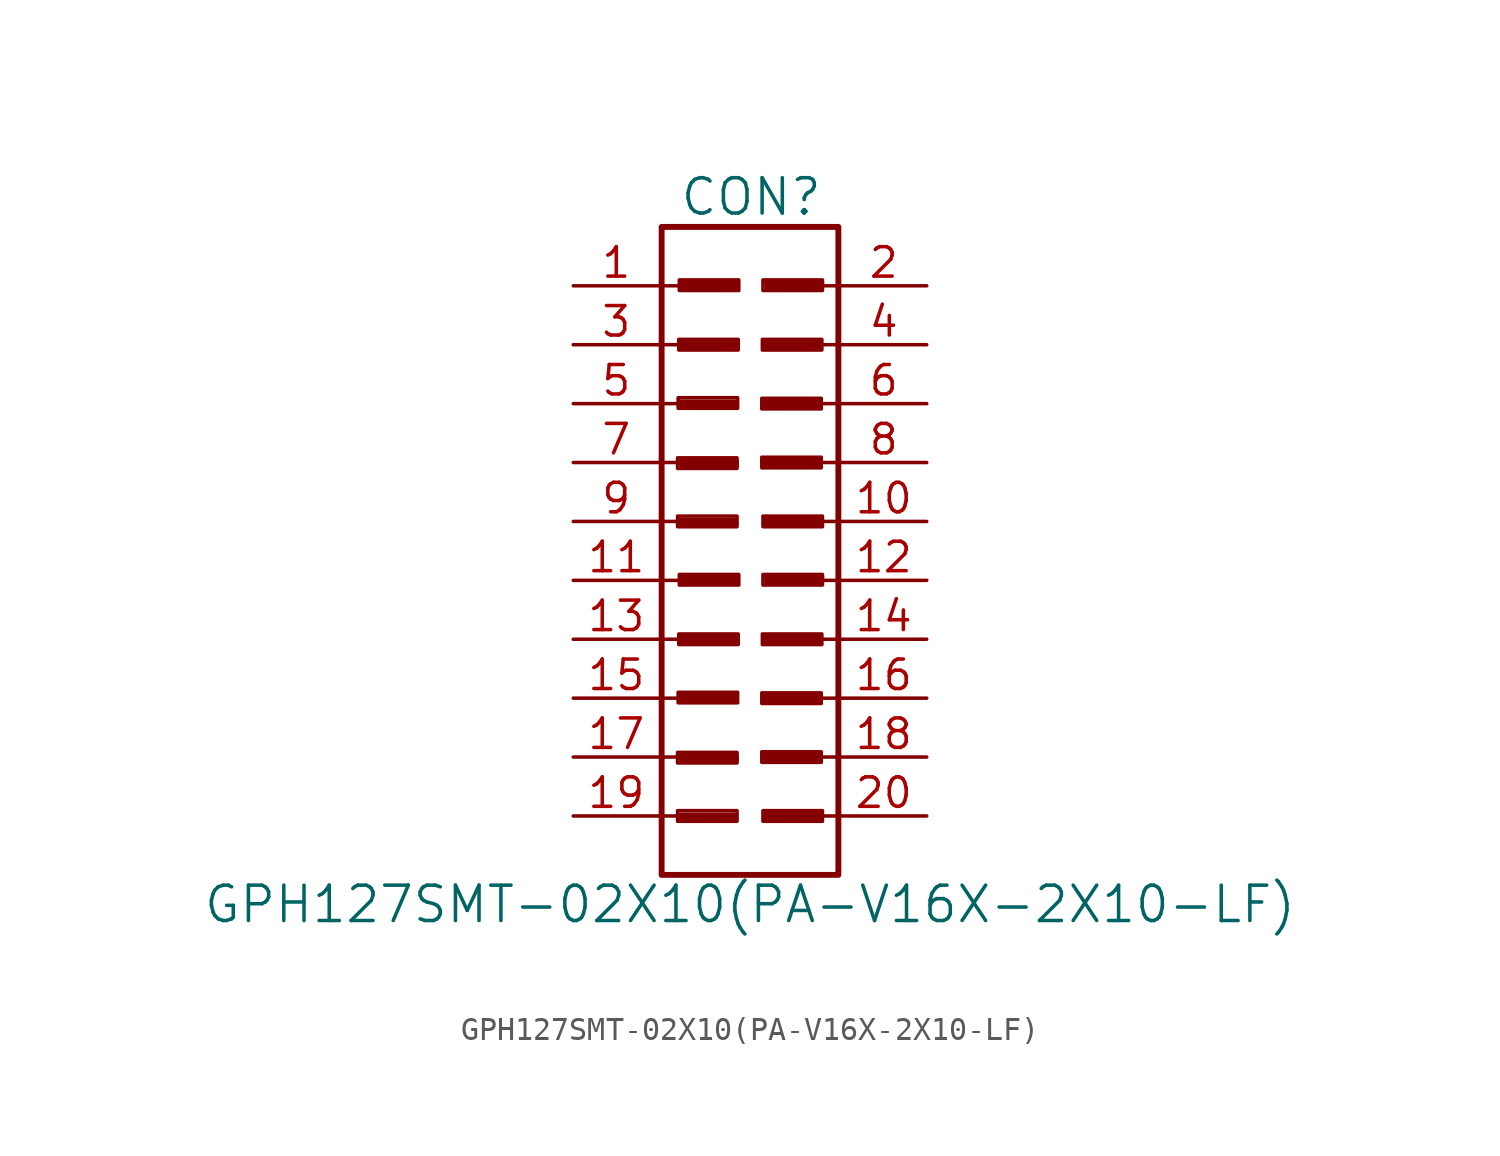
<source format=kicad_sym>
(kicad_symbol_lib
  (version 20220914)
  (generator kicad_symbol_editor)
  (symbol "GPH127SMT-02X10(PA-V16X-2X10-LF)"
    (pin_names
      (offset 1.016) hide)
    (property "Reference" "CON"
      (at 0.051 13.995 0)
      (effects (font (size 1.524 1.524))))
    (property "Value" "GPH127SMT-02X10(PA-V16X-2X10-LF)"
      (at 0 -16.51 0)
      (effects (font (size 1.524 1.524))))
    (property "Footprint" ""
      (at -0.203 3.886 0)
      (effects (font (size 1.524 1.524))))
    (property "Datasheet" ""
      (at -0.203 3.886 0)
      (effects (font (size 1.524 1.524))))
    (symbol "GPH127SMT-02X10(PA-V16X-2X10-LF)_0_0"
      (rectangle (start -3.124 -12.471) (end -0.559 -12.929) (stroke (width 0) (type solid)) (fill (type none)))
      (rectangle (start -3.124 -9.957) (end -0.559 -10.414) (stroke (width 0) (type solid)) (fill (type none)))
      (rectangle (start -3.124 0.229) (end -0.559 -0.229) (stroke (width 0) (type solid)) (fill (type none)))
      (rectangle (start -3.124 2.743) (end -0.559 2.286) (stroke (width 0) (type solid)) (fill (type none)))
      (rectangle (start -3.099 -7.366) (end -0.533 -7.823) (stroke (width 0) (type solid)) (fill (type none)))
      (rectangle (start -3.099 5.334) (end -0.533 4.877) (stroke (width 0) (type solid)) (fill (type none)))
      (rectangle (start -3.073 -4.851) (end -0.508 -5.309) (stroke (width 0) (type solid)) (fill (type none)))
      (rectangle (start -3.073 7.849) (end -0.508 7.391) (stroke (width 0) (type solid)) (fill (type none)))
      (rectangle (start -3.048 -2.286) (end -0.483 -2.743) (stroke (width 0) (type solid)) (fill (type none)))
      (rectangle (start -3.048 10.414) (end -0.483 9.957) (stroke (width 0) (type solid)) (fill (type none)))
      (polyline (pts (xy -3.023 -12.624) (xy -0.584 -12.624) (xy -0.584 -12.852) (xy -2.997 -12.878) (xy -3.023 -12.7) (xy -0.711 -12.7) (xy -0.711 -12.776) (xy -2.997 -12.725)) (stroke (width 0) (type solid)) (fill (type none)))
      (polyline (pts (xy -3.023 -7.518) (xy -0.584 -7.518) (xy -0.584 -7.747) (xy -2.997 -7.772) (xy -3.023 -7.595) (xy -0.711 -7.595) (xy -0.711 -7.671) (xy -2.997 -7.62)) (stroke (width 0) (type solid)) (fill (type none)))
      (polyline (pts (xy -3.023 0.076) (xy -0.584 0.076) (xy -0.584 -0.152) (xy -2.997 -0.178) (xy -3.023 0) (xy -0.711 0) (xy -0.711 -0.076) (xy -2.997 -0.025)) (stroke (width 0) (type solid)) (fill (type none)))
      (polyline (pts (xy -3.023 5.182) (xy -0.584 5.182) (xy -0.584 4.953) (xy -2.997 4.928) (xy -3.023 5.105) (xy -0.711 5.105) (xy -0.711 5.029) (xy -2.997 5.08)) (stroke (width 0) (type solid)) (fill (type none)))
      (polyline (pts (xy -2.997 -10.084) (xy -0.559 -10.084) (xy -0.559 -10.312) (xy -2.972 -10.338) (xy -2.997 -10.16) (xy -0.686 -10.16) (xy -0.686 -10.236) (xy -2.972 -10.185)) (stroke (width 0) (type solid)) (fill (type none)))
      (polyline (pts (xy -2.997 2.616) (xy -0.559 2.616) (xy -0.559 2.388) (xy -2.972 2.362) (xy -2.997 2.54) (xy -0.686 2.54) (xy -0.686 2.464) (xy -2.972 2.515)) (stroke (width 0) (type solid)) (fill (type none)))
      (polyline (pts (xy -2.972 -4.953) (xy -0.533 -4.953) (xy -0.533 -5.182) (xy -2.946 -5.207) (xy -2.972 -5.029) (xy -0.66 -5.029) (xy -0.66 -5.105) (xy -2.946 -5.055)) (stroke (width 0) (type solid)) (fill (type none)))
      (polyline (pts (xy -2.972 7.747) (xy -0.533 7.747) (xy -0.533 7.518) (xy -2.946 7.493) (xy -2.972 7.671) (xy -0.66 7.671) (xy -0.66 7.595) (xy -2.946 7.645)) (stroke (width 0) (type solid)) (fill (type none)))
      (polyline (pts (xy -2.946 -2.388) (xy -0.508 -2.388) (xy -0.508 -2.616) (xy -2.921 -2.642) (xy -2.946 -2.464) (xy -0.635 -2.464) (xy -0.635 -2.54) (xy -2.921 -2.489)) (stroke (width 0) (type solid)) (fill (type none)))
      (polyline (pts (xy -2.946 10.312) (xy -0.508 10.312) (xy -0.508 10.084) (xy -2.921 10.058) (xy -2.946 10.236) (xy -0.635 10.236) (xy -0.635 10.16) (xy -2.921 10.211)) (stroke (width 0) (type solid)) (fill (type none)))
      (polyline (pts (xy 0.559 -7.518) (xy 2.997 -7.518) (xy 2.997 -7.747) (xy 0.584 -7.772) (xy 0.559 -7.595) (xy 2.87 -7.595) (xy 2.87 -7.671) (xy 0.584 -7.62)) (stroke (width 0) (type solid)) (fill (type none)))
      (polyline (pts (xy 0.559 5.182) (xy 2.997 5.182) (xy 2.997 4.953) (xy 0.584 4.928) (xy 0.559 5.105) (xy 2.87 5.105) (xy 2.87 5.029) (xy 0.584 5.08)) (stroke (width 0) (type solid)) (fill (type none)))
      (polyline (pts (xy 0.584 -10.058) (xy 3.023 -10.058) (xy 3.023 -10.287) (xy 0.61 -10.312) (xy 0.584 -10.135) (xy 2.896 -10.135) (xy 2.896 -10.211) (xy 0.61 -10.16)) (stroke (width 0) (type solid)) (fill (type none)))
      (polyline (pts (xy 0.584 -4.953) (xy 3.023 -4.953) (xy 3.023 -5.182) (xy 0.61 -5.207) (xy 0.584 -5.029) (xy 2.896 -5.029) (xy 2.896 -5.105) (xy 0.61 -5.055)) (stroke (width 0) (type solid)) (fill (type none)))
      (polyline (pts (xy 0.584 2.642) (xy 3.023 2.642) (xy 3.023 2.413) (xy 0.61 2.388) (xy 0.584 2.565) (xy 2.896 2.565) (xy 2.896 2.489) (xy 0.61 2.54)) (stroke (width 0) (type solid)) (fill (type none)))
      (polyline (pts (xy 0.584 7.747) (xy 3.023 7.747) (xy 3.023 7.518) (xy 0.61 7.493) (xy 0.584 7.671) (xy 2.896 7.671) (xy 2.896 7.595) (xy 0.61 7.645)) (stroke (width 0) (type solid)) (fill (type none)))
      (polyline (pts (xy 0.635 -12.573) (xy 3.073 -12.573) (xy 3.073 -12.802) (xy 0.66 -12.827) (xy 0.635 -12.649) (xy 2.946 -12.649) (xy 2.946 -12.725) (xy 0.66 -12.675)) (stroke (width 0) (type solid)) (fill (type none)))
      (polyline (pts (xy 0.635 0.127) (xy 3.073 0.127) (xy 3.073 -0.102) (xy 0.66 -0.127) (xy 0.635 0.051) (xy 2.946 0.051) (xy 2.946 -0.025) (xy 0.66 0.025)) (stroke (width 0) (type solid)) (fill (type none)))
      (polyline (pts (xy 0.686 -2.388) (xy 3.124 -2.388) (xy 3.124 -2.616) (xy 0.711 -2.642) (xy 0.686 -2.464) (xy 2.997 -2.464) (xy 2.997 -2.54) (xy 0.711 -2.489)) (stroke (width 0) (type solid)) (fill (type none)))
      (polyline (pts (xy 0.686 10.312) (xy 3.124 10.312) (xy 3.124 10.084) (xy 0.711 10.058) (xy 0.686 10.236) (xy 2.997 10.236) (xy 2.997 10.16) (xy 0.711 10.211)) (stroke (width 0) (type solid)) (fill (type none)))
      (rectangle (start 0.508 -9.931) (end 3.073 -10.389) (stroke (width 0) (type solid)) (fill (type none)))
      (rectangle (start 0.508 -7.391) (end 3.073 -7.849) (stroke (width 0) (type solid)) (fill (type none)))
      (rectangle (start 0.508 2.769) (end 3.073 2.311) (stroke (width 0) (type solid)) (fill (type none)))
      (rectangle (start 0.508 5.309) (end 3.073 4.851) (stroke (width 0) (type solid)) (fill (type none)))
      (rectangle (start 0.533 -4.851) (end 3.099 -5.309) (stroke (width 0) (type solid)) (fill (type none)))
      (rectangle (start 0.533 7.849) (end 3.099 7.391) (stroke (width 0) (type solid)) (fill (type none)))
      (rectangle (start 0.559 -12.471) (end 3.124 -12.929) (stroke (width 0) (type solid)) (fill (type none)))
      (rectangle (start 0.559 -2.286) (end 3.124 -2.743) (stroke (width 0) (type solid)) (fill (type none)))
      (rectangle (start 0.559 0.229) (end 3.124 -0.229) (stroke (width 0) (type solid)) (fill (type none)))
      (rectangle (start 0.559 10.414) (end 3.124 9.957) (stroke (width 0) (type solid)) (fill (type none))))
    (symbol "GPH127SMT-02X10(PA-V16X-2X10-LF)_0_1"
      (rectangle (start -3.81 12.7) (end 3.81 -15.24) (stroke (width 0.254) (type solid)) (fill (type none)))
      (polyline (pts (xy -3.81 -12.7) (xy -3.048 -12.7)) (stroke (width 0) (type solid)) (fill (type none)))
      (polyline (pts (xy -3.81 -10.16) (xy -3.048 -10.16)) (stroke (width 0) (type solid)) (fill (type none)))
      (polyline (pts (xy -3.81 -7.62) (xy -3.048 -7.62)) (stroke (width 0) (type solid)) (fill (type none)))
      (polyline (pts (xy -3.81 -5.08) (xy -3.048 -5.08)) (stroke (width 0) (type solid)) (fill (type none)))
      (polyline (pts (xy -3.81 -2.54) (xy -3.048 -2.54)) (stroke (width 0) (type solid)) (fill (type none)))
      (polyline (pts (xy -3.81 0) (xy -3.048 0)) (stroke (width 0) (type solid)) (fill (type none)))
      (polyline (pts (xy -3.81 2.54) (xy -3.048 2.54)) (stroke (width 0) (type solid)) (fill (type none)))
      (polyline (pts (xy -3.81 5.08) (xy -3.048 5.08)) (stroke (width 0) (type solid)) (fill (type none)))
      (polyline (pts (xy -3.81 7.62) (xy -3.048 7.62)) (stroke (width 0) (type solid)) (fill (type none)))
      (polyline (pts (xy -3.81 10.16) (xy -3.048 10.16)) (stroke (width 0) (type solid)) (fill (type none)))
      (polyline (pts (xy 3.81 -12.7) (xy 3.048 -12.7)) (stroke (width 0) (type solid)) (fill (type none)))
      (polyline (pts (xy 3.81 -10.16) (xy 3.048 -10.16)) (stroke (width 0) (type solid)) (fill (type none)))
      (polyline (pts (xy 3.81 -7.62) (xy 3.048 -7.62)) (stroke (width 0) (type solid)) (fill (type none)))
      (polyline (pts (xy 3.81 -5.08) (xy 3.048 -5.08)) (stroke (width 0) (type solid)) (fill (type none)))
      (polyline (pts (xy 3.81 -2.54) (xy 3.048 -2.54)) (stroke (width 0) (type solid)) (fill (type none)))
      (polyline (pts (xy 3.81 0) (xy 3.048 0)) (stroke (width 0) (type solid)) (fill (type none)))
      (polyline (pts (xy 3.81 2.54) (xy 3.048 2.54)) (stroke (width 0) (type solid)) (fill (type none)))
      (polyline (pts (xy 3.81 5.08) (xy 3.048 5.08)) (stroke (width 0) (type solid)) (fill (type none)))
      (polyline (pts (xy 3.81 7.62) (xy 3.048 7.62)) (stroke (width 0) (type solid)) (fill (type none)))
      (polyline (pts (xy 3.81 10.16) (xy 3.048 10.16)) (stroke (width 0) (type solid)) (fill (type none))))
    (symbol "GPH127SMT-02X10(PA-V16X-2X10-LF)_1_1"
      (pin passive line (at -7.62 10.16 0) (length 3.708) (name "1" (effects (font (size 1.27 1.27)))) (number "1" (effects (font (size 1.27 1.27)))))
      (pin passive line (at 7.62 0 180) (length 3.708) (name "10" (effects (font (size 1.27 1.27)))) (number "10" (effects (font (size 1.27 1.27)))))
      (pin passive line (at -7.62 -2.54 0) (length 3.708) (name "11" (effects (font (size 1.27 1.27)))) (number "11" (effects (font (size 1.27 1.27)))))
      (pin passive line (at 7.62 -2.54 180) (length 3.708) (name "12" (effects (font (size 1.27 1.27)))) (number "12" (effects (font (size 1.27 1.27)))))
      (pin passive line (at -7.62 -5.08 0) (length 3.708) (name "13" (effects (font (size 1.27 1.27)))) (number "13" (effects (font (size 1.27 1.27)))))
      (pin passive line (at 7.62 -5.08 180) (length 3.708) (name "14" (effects (font (size 1.27 1.27)))) (number "14" (effects (font (size 1.27 1.27)))))
      (pin passive line (at -7.62 -7.62 0) (length 3.708) (name "15" (effects (font (size 1.27 1.27)))) (number "15" (effects (font (size 1.27 1.27)))))
      (pin passive line (at 7.62 -7.62 180) (length 3.708) (name "16" (effects (font (size 1.27 1.27)))) (number "16" (effects (font (size 1.27 1.27)))))
      (pin passive line (at -7.62 -10.16 0) (length 3.708) (name "17" (effects (font (size 1.27 1.27)))) (number "17" (effects (font (size 1.27 1.27)))))
      (pin passive line (at 7.62 -10.16 180) (length 3.708) (name "18" (effects (font (size 1.27 1.27)))) (number "18" (effects (font (size 1.27 1.27)))))
      (pin passive line (at -7.62 -12.7 0) (length 3.708) (name "19" (effects (font (size 1.27 1.27)))) (number "19" (effects (font (size 1.27 1.27)))))
      (pin passive line (at 7.62 10.16 180) (length 3.708) (name "2" (effects (font (size 1.27 1.27)))) (number "2" (effects (font (size 1.27 1.27)))))
      (pin passive line (at 7.62 -12.7 180) (length 3.708) (name "20" (effects (font (size 1.27 1.27)))) (number "20" (effects (font (size 1.27 1.27)))))
      (pin passive line (at -7.62 7.62 0) (length 3.708) (name "3" (effects (font (size 1.27 1.27)))) (number "3" (effects (font (size 1.27 1.27)))))
      (pin passive line (at 7.62 7.62 180) (length 3.708) (name "4" (effects (font (size 1.27 1.27)))) (number "4" (effects (font (size 1.27 1.27)))))
      (pin passive line (at -7.62 5.08 0) (length 3.708) (name "5" (effects (font (size 1.27 1.27)))) (number "5" (effects (font (size 1.27 1.27)))))
      (pin passive line (at 7.62 5.08 180) (length 3.708) (name "6" (effects (font (size 1.27 1.27)))) (number "6" (effects (font (size 1.27 1.27)))))
      (pin passive line (at -7.62 2.54 0) (length 3.708) (name "7" (effects (font (size 1.27 1.27)))) (number "7" (effects (font (size 1.27 1.27)))))
      (pin passive line (at 7.62 2.54 180) (length 3.708) (name "8" (effects (font (size 1.27 1.27)))) (number "8" (effects (font (size 1.27 1.27)))))
      (pin passive line (at -7.62 0 0) (length 3.708) (name "9" (effects (font (size 1.27 1.27)))) (number "9" (effects (font (size 1.27 1.27))))))))
</source>
